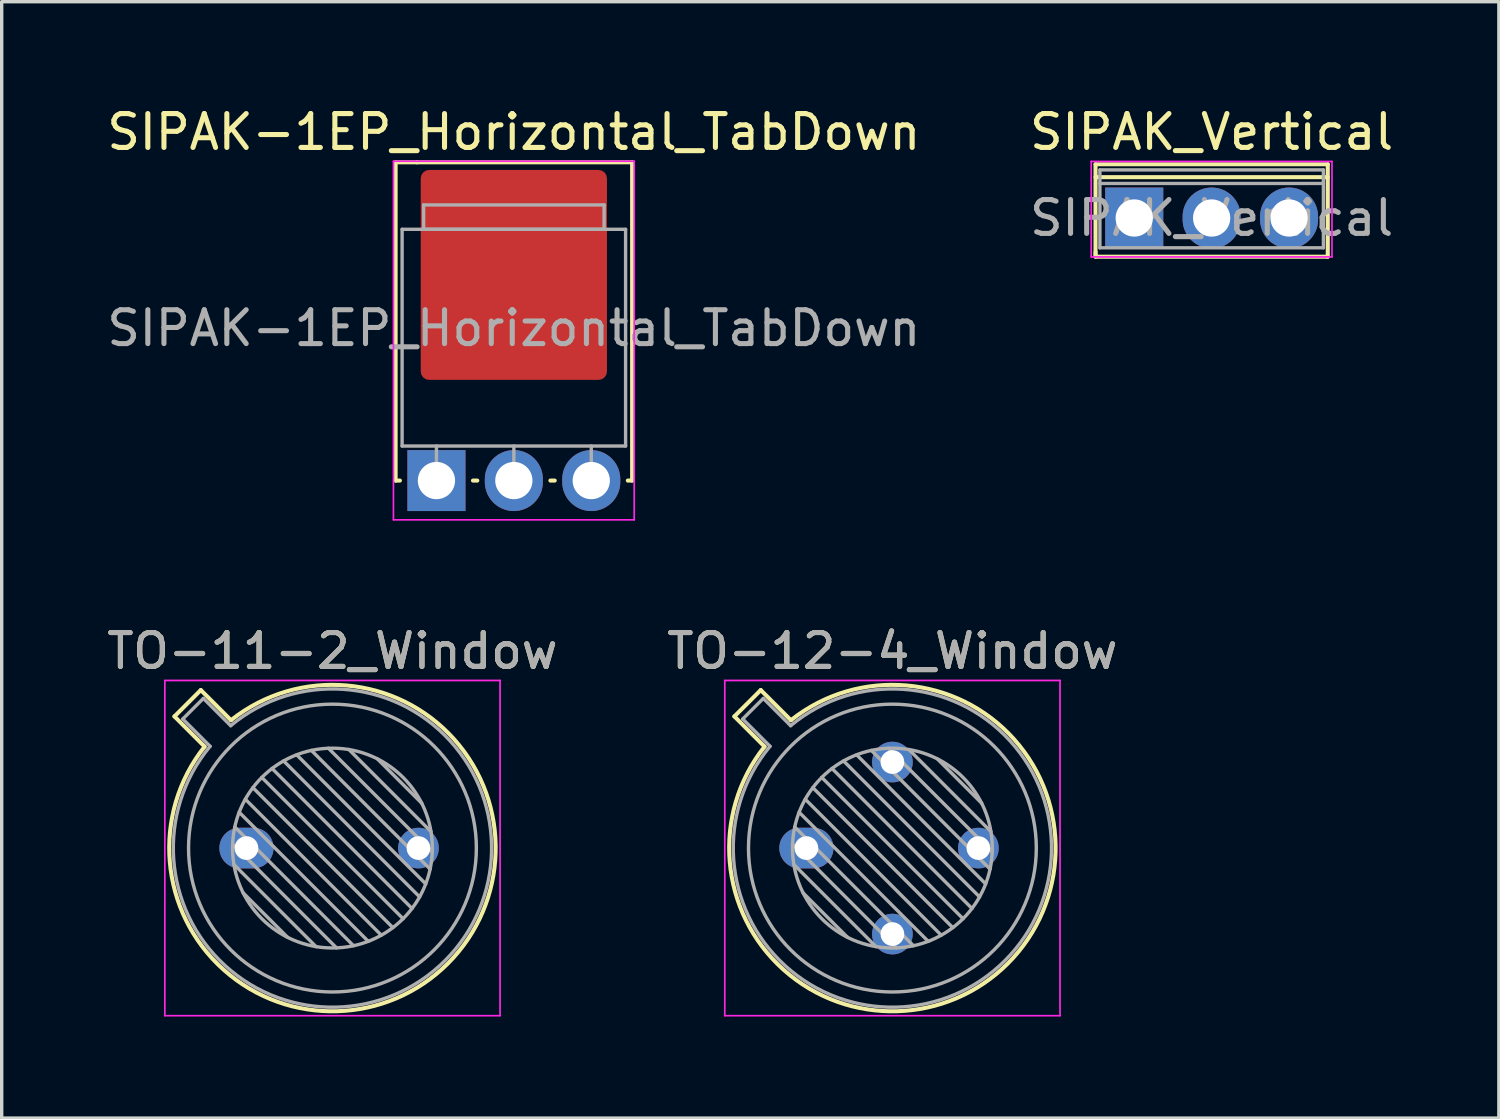
<source format=kicad_pcb>
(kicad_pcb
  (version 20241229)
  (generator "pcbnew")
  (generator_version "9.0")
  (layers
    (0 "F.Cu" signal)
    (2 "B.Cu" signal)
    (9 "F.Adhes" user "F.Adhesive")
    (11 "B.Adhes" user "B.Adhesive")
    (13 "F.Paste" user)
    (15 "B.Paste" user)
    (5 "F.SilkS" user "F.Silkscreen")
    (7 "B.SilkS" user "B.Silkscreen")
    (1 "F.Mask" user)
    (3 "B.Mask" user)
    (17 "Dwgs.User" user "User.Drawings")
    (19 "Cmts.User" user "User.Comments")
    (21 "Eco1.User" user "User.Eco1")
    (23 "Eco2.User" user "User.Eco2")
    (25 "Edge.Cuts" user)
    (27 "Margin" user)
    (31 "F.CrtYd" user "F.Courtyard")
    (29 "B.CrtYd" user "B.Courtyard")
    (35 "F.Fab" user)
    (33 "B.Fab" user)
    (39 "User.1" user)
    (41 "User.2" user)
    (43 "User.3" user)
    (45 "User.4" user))
  (footprint "SIPAK-1EP_Horizontal_TabDown"
    (layer "F.Cu")
    (at 9.839 11.142)
    (property "Reference" "SIPAK-1EP_Horizontal_TabDown" (at 2.286 -10.293 0) (layer "F.SilkS") (effects (font (size 1 1) (thickness 0.15))))
    (attr through_hole)
    (fp_line (start -1.206 -9.398) (end -1.206 0) (stroke (width 0.12) (type solid)) (layer "F.SilkS"))
    (fp_line (start -1.206 0) (end -1.079 0) (stroke (width 0.12) (type solid)) (layer "F.SilkS"))
    (fp_line (start -0.572 -9.398) (end -1.206 -9.398) (stroke (width 0.12) (type solid)) (layer "F.SilkS"))
    (fp_line (start 1.079 0) (end 1.206 0) (stroke (width 0.12) (type solid)) (layer "F.SilkS"))
    (fp_line (start 3.365 0) (end 3.493 0) (stroke (width 0.12) (type solid)) (layer "F.SilkS"))
    (fp_line (start 5.652 0) (end 5.779 0) (stroke (width 0.12) (type solid)) (layer "F.SilkS"))
    (fp_line (start 5.779 -9.398) (end -0.572 -9.398) (stroke (width 0.12) (type solid)) (layer "F.SilkS"))
    (fp_line (start 5.779 0) (end 5.779 -9.398) (stroke (width 0.12) (type solid)) (layer "F.SilkS"))
    (fp_line (start -1.27 -9.43) (end -1.27 1.16) (stroke (width 0.05) (type solid)) (layer "F.CrtYd"))
    (fp_line (start -1.27 1.16) (end 5.84 1.16) (stroke (width 0.05) (type solid)) (layer "F.CrtYd"))
    (fp_line (start 5.84 -9.43) (end -1.27 -9.43) (stroke (width 0.05) (type solid)) (layer "F.CrtYd"))
    (fp_line (start 5.84 1.16) (end 5.84 -9.43) (stroke (width 0.05) (type solid)) (layer "F.CrtYd"))
    (fp_line (start -1.014 -7.42) (end 5.586 -7.42) (stroke (width 0.1) (type solid)) (layer "F.Fab"))
    (fp_line (start -1.014 -1.02) (end -1.014 -7.42) (stroke (width 0.1) (type solid)) (layer "F.Fab"))
    (fp_line (start -0.379 -8.14) (end 4.951 -8.14) (stroke (width 0.1) (type solid)) (layer "F.Fab"))
    (fp_line (start -0.379 -7.42) (end -0.379 -8.14) (stroke (width 0.1) (type solid)) (layer "F.Fab"))
    (fp_line (start 0 -1.02) (end 0 0) (stroke (width 0.1) (type solid)) (layer "F.Fab"))
    (fp_line (start 2.286 -1.02) (end 2.286 0) (stroke (width 0.1) (type solid)) (layer "F.Fab"))
    (fp_line (start 4.572 -1.02) (end 4.572 0) (stroke (width 0.1) (type solid)) (layer "F.Fab"))
    (fp_line (start 4.951 -8.14) (end 4.951 -7.42) (stroke (width 0.1) (type solid)) (layer "F.Fab"))
    (fp_line (start 4.951 -7.42) (end -0.379 -7.42) (stroke (width 0.1) (type solid)) (layer "F.Fab"))
    (fp_line (start 5.586 -7.42) (end 5.586 -1.02) (stroke (width 0.1) (type solid)) (layer "F.Fab"))
    (fp_line (start 5.586 -1.02) (end -1.014 -1.02) (stroke (width 0.1) (type solid)) (layer "F.Fab"))
    (fp_text user "${REFERENCE}" (at 2.286 -4.5 0) (layer "F.Fab") (effects (font (size 1 1) (thickness 0.15))))
    (pad "" smd roundrect (at 0.5 -8.1) (size 1.5 1.7) (layers "F.Paste") (roundrect_rratio 0.25))
    (pad "" smd roundrect (at 0.5 -6.1) (size 1.5 1.7) (layers "F.Paste") (roundrect_rratio 0.25))
    (pad "" smd roundrect (at 0.5 -4.1) (size 1.5 1.7) (layers "F.Paste") (roundrect_rratio 0.25))
    (pad "" smd roundrect (at 2.3 -8.1) (size 1.5 1.7) (layers "F.Paste") (roundrect_rratio 0.25))
    (pad "" smd roundrect (at 2.3 -6.1) (size 1.5 1.7) (layers "F.Paste") (roundrect_rratio 0.25))
    (pad "" smd roundrect (at 2.3 -4.1) (size 1.5 1.7) (layers "F.Paste") (roundrect_rratio 0.25))
    (pad "" smd roundrect (at 4.1 -8.1) (size 1.5 1.7) (layers "F.Paste") (roundrect_rratio 0.25))
    (pad "" smd roundrect (at 4.1 -6.1) (size 1.5 1.7) (layers "F.Paste") (roundrect_rratio 0.25))
    (pad "" smd roundrect (at 4.1 -4.1) (size 1.5 1.7) (layers "F.Paste") (roundrect_rratio 0.25))
    (pad "1" thru_hole rect (at 0 0) (size 1.714 1.8) (drill 1.1) (layers "*.Cu" "*.Mask"))
    (pad "2" thru_hole oval (at 2.286 0) (size 1.714 1.8) (drill 1.1) (layers "*.Cu" "*.Mask"))
    (pad "3" thru_hole oval (at 4.572 0) (size 1.714 1.8) (drill 1.1) (layers "*.Cu" "*.Mask"))
    (pad "4" smd roundrect (at 2.286 -6.073) (size 5.5 6.2) (layers "F.Cu" "F.Mask") (roundrect_rratio 0.045)))
  (footprint "TO-12-4_Window"
    (layer "F.Cu")
    (at 20.764 21.995)
    (property "Reference" "TO-12-4_Window" (at 2.54 -5.82 0) (layer "F.SilkS") (effects (font (size 1 1) (thickness 0.15))))
    (attr through_hole)
    (fp_line (start -2.126 -3.888) (end -1.235 -2.997) (stroke (width 0.12) (type solid)) (layer "F.SilkS"))
    (fp_line (start -1.348 -4.666) (end -2.126 -3.888) (stroke (width 0.12) (type solid)) (layer "F.SilkS"))
    (fp_line (start -0.457 -3.775) (end -1.348 -4.666) (stroke (width 0.12) (type solid)) (layer "F.SilkS"))
    (fp_arc (start -0.457084 -3.774902) (mid 5.948125 3.408384) (end -1.234674 -2.997371) (stroke (width 0.12) (type solid)) (layer "F.SilkS"))
    (fp_line (start -2.41 -4.95) (end -2.41 4.95) (stroke (width 0.05) (type solid)) (layer "F.CrtYd"))
    (fp_line (start -2.41 4.95) (end 7.49 4.95) (stroke (width 0.05) (type solid)) (layer "F.CrtYd"))
    (fp_line (start 7.49 -4.95) (end -2.41 -4.95) (stroke (width 0.05) (type solid)) (layer "F.CrtYd"))
    (fp_line (start 7.49 4.95) (end 7.49 -4.95) (stroke (width 0.05) (type solid)) (layer "F.CrtYd"))
    (fp_line (start -1.88 -3.812) (end -1.074 -3.005) (stroke (width 0.1) (type solid)) (layer "F.Fab"))
    (fp_line (start -1.272 -4.42) (end -1.88 -3.812) (stroke (width 0.1) (type solid)) (layer "F.Fab"))
    (fp_line (start -0.465 -3.614) (end -1.272 -4.42) (stroke (width 0.1) (type solid)) (layer "F.Fab"))
    (fp_line (start -0.408 -0.12) (end 2.66 2.948) (stroke (width 0.1) (type solid)) (layer "F.Fab"))
    (fp_line (start -0.371 0.485) (end 2.055 2.911) (stroke (width 0.1) (type solid)) (layer "F.Fab"))
    (fp_line (start -0.344 -0.622) (end 3.162 2.884) (stroke (width 0.1) (type solid)) (layer "F.Fab"))
    (fp_line (start -0.215 -1.058) (end 3.598 2.755) (stroke (width 0.1) (type solid)) (layer "F.Fab"))
    (fp_line (start -0.097 1.324) (end 1.216 2.637) (stroke (width 0.1) (type solid)) (layer "F.Fab"))
    (fp_line (start -0.034 -1.443) (end 3.983 2.574) (stroke (width 0.1) (type solid)) (layer "F.Fab"))
    (fp_line (start 0.19 -1.784) (end 4.324 2.35) (stroke (width 0.1) (type solid)) (layer "F.Fab"))
    (fp_line (start 0.454 -2.086) (end 4.626 2.086) (stroke (width 0.1) (type solid)) (layer "F.Fab"))
    (fp_line (start 0.756 -2.35) (end 4.89 1.784) (stroke (width 0.1) (type solid)) (layer "F.Fab"))
    (fp_line (start 1.097 -2.574) (end 5.114 1.443) (stroke (width 0.1) (type solid)) (layer "F.Fab"))
    (fp_line (start 1.482 -2.755) (end 5.295 1.058) (stroke (width 0.1) (type solid)) (layer "F.Fab"))
    (fp_line (start 1.918 -2.884) (end 5.424 0.622) (stroke (width 0.1) (type solid)) (layer "F.Fab"))
    (fp_line (start 2.42 -2.948) (end 5.488 0.12) (stroke (width 0.1) (type solid)) (layer "F.Fab"))
    (fp_line (start 3.025 -2.911) (end 5.451 -0.485) (stroke (width 0.1) (type solid)) (layer "F.Fab"))
    (fp_line (start 3.864 -2.637) (end 5.177 -1.324) (stroke (width 0.1) (type solid)) (layer "F.Fab"))
    (fp_arc (start -0.465408 -3.61352) (mid 5.863443 3.323361) (end -1.073594 -3.005319) (stroke (width 0.1) (type solid)) (layer "F.Fab"))
    (fp_circle (center 2.54 0) (end 5.49 0) (stroke (width 0.1) (type solid)) (fill no) (layer "F.Fab"))
    (fp_circle (center 2.54 0) (end 6.79 0) (stroke (width 0.1) (type solid)) (fill no) (layer "F.Fab"))
    (fp_text user "${REFERENCE}" (at 2.54 -5.82 0) (layer "F.Fab") (effects (font (size 1 1) (thickness 0.15))))
    (pad "1" thru_hole oval (at 0 0) (size 1.6 1.2) (drill 0.7) (layers "*.Cu" "*.Mask"))
    (pad "2" thru_hole oval (at 2.54 2.54) (size 1.2 1.2) (drill 0.7) (layers "*.Cu" "*.Mask"))
    (pad "3" thru_hole oval (at 5.08 0) (size 1.2 1.2) (drill 0.7) (layers "*.Cu" "*.Mask"))
    (pad "4" thru_hole oval (at 2.54 -2.54) (size 1.2 1.2) (drill 0.7) (layers "*.Cu" "*.Mask")))
  (footprint "SIPAK_Vertical"
    (layer "F.Cu")
    (at 30.446 3.388)
    (property "Reference" "SIPAK_Vertical" (at 2.286 -2.54 0) (layer "F.SilkS") (effects (font (size 1 1) (thickness 0.15))))
    (attr through_hole)
    (fp_line (start -1.143 -1.587) (end -1.143 1.016) (stroke (width 0.12) (type solid)) (layer "F.SilkS"))
    (fp_line (start -1.143 1.016) (end -1.143 1.079) (stroke (width 0.12) (type solid)) (layer "F.SilkS"))
    (fp_line (start -1.143 1.079) (end -1.143 1.143) (stroke (width 0.12) (type solid)) (layer "F.SilkS"))
    (fp_line (start -1.143 1.143) (end 5.715 1.143) (stroke (width 0.12) (type solid)) (layer "F.SilkS"))
    (fp_line (start 5.715 -1.587) (end -1.143 -1.587) (stroke (width 0.12) (type solid)) (layer "F.SilkS"))
    (fp_line (start 5.715 -1.587) (end 5.715 1.143) (stroke (width 0.12) (type solid)) (layer "F.SilkS"))
    (fp_line (start 5.715 -1.206) (end -1.143 -1.206) (stroke (width 0.12) (type solid)) (layer "F.SilkS"))
    (fp_line (start -1.27 -1.67) (end -1.27 1.15) (stroke (width 0.05) (type solid)) (layer "F.CrtYd"))
    (fp_line (start -1.27 1.15) (end 5.84 1.15) (stroke (width 0.05) (type solid)) (layer "F.CrtYd"))
    (fp_line (start 5.84 -1.67) (end -1.27 -1.67) (stroke (width 0.05) (type solid)) (layer "F.CrtYd"))
    (fp_line (start 5.84 1.15) (end 5.84 -1.67) (stroke (width 0.05) (type solid)) (layer "F.CrtYd"))
    (fp_line (start -1.014 -1.42) (end -1.014 0.88) (stroke (width 0.1) (type solid)) (layer "F.Fab"))
    (fp_line (start -1.014 -1.02) (end 5.586 -1.02) (stroke (width 0.1) (type solid)) (layer "F.Fab"))
    (fp_line (start -1.014 0.88) (end 5.586 0.88) (stroke (width 0.1) (type solid)) (layer "F.Fab"))
    (fp_line (start 5.586 -1.42) (end -1.014 -1.42) (stroke (width 0.1) (type solid)) (layer "F.Fab"))
    (fp_line (start 5.586 0.88) (end 5.586 -1.42) (stroke (width 0.1) (type solid)) (layer "F.Fab"))
    (fp_text user "${REFERENCE}" (at 2.286 0 0) (layer "F.Fab") (effects (font (size 1 1) (thickness 0.15))))
    (pad "1" thru_hole rect (at 0 0) (size 1.714 1.8) (drill 1.1) (layers "*.Cu" "*.Mask"))
    (pad "2" thru_hole oval (at 2.286 0) (size 1.714 1.8) (drill 1.1) (layers "*.Cu" "*.Mask"))
    (pad "3" thru_hole oval (at 4.572 0) (size 1.714 1.8) (drill 1.1) (layers "*.Cu" "*.Mask")))
  (footprint "TO-11-2_Window"
    (layer "F.Cu")
    (at 4.228 21.995)
    (property "Reference" "TO-11-2_Window" (at 2.54 -5.82 0) (layer "F.SilkS") (effects (font (size 1 1) (thickness 0.15))))
    (attr through_hole)
    (fp_line (start -2.126 -3.888) (end -1.235 -2.997) (stroke (width 0.12) (type solid)) (layer "F.SilkS"))
    (fp_line (start -1.348 -4.666) (end -2.126 -3.888) (stroke (width 0.12) (type solid)) (layer "F.SilkS"))
    (fp_line (start -0.457 -3.775) (end -1.348 -4.666) (stroke (width 0.12) (type solid)) (layer "F.SilkS"))
    (fp_arc (start -0.457084 -3.774902) (mid 5.948125 3.408384) (end -1.234674 -2.997371) (stroke (width 0.12) (type solid)) (layer "F.SilkS"))
    (fp_line (start -2.41 -4.95) (end -2.41 4.95) (stroke (width 0.05) (type solid)) (layer "F.CrtYd"))
    (fp_line (start -2.41 4.95) (end 7.49 4.95) (stroke (width 0.05) (type solid)) (layer "F.CrtYd"))
    (fp_line (start 7.49 -4.95) (end -2.41 -4.95) (stroke (width 0.05) (type solid)) (layer "F.CrtYd"))
    (fp_line (start 7.49 4.95) (end 7.49 -4.95) (stroke (width 0.05) (type solid)) (layer "F.CrtYd"))
    (fp_line (start -1.88 -3.812) (end -1.074 -3.005) (stroke (width 0.1) (type solid)) (layer "F.Fab"))
    (fp_line (start -1.272 -4.42) (end -1.88 -3.812) (stroke (width 0.1) (type solid)) (layer "F.Fab"))
    (fp_line (start -0.465 -3.614) (end -1.272 -4.42) (stroke (width 0.1) (type solid)) (layer "F.Fab"))
    (fp_line (start -0.408 -0.12) (end 2.66 2.948) (stroke (width 0.1) (type solid)) (layer "F.Fab"))
    (fp_line (start -0.371 0.485) (end 2.055 2.911) (stroke (width 0.1) (type solid)) (layer "F.Fab"))
    (fp_line (start -0.344 -0.622) (end 3.162 2.884) (stroke (width 0.1) (type solid)) (layer "F.Fab"))
    (fp_line (start -0.215 -1.058) (end 3.598 2.755) (stroke (width 0.1) (type solid)) (layer "F.Fab"))
    (fp_line (start -0.097 1.324) (end 1.216 2.637) (stroke (width 0.1) (type solid)) (layer "F.Fab"))
    (fp_line (start -0.034 -1.443) (end 3.983 2.574) (stroke (width 0.1) (type solid)) (layer "F.Fab"))
    (fp_line (start 0.19 -1.784) (end 4.324 2.35) (stroke (width 0.1) (type solid)) (layer "F.Fab"))
    (fp_line (start 0.454 -2.086) (end 4.626 2.086) (stroke (width 0.1) (type solid)) (layer "F.Fab"))
    (fp_line (start 0.756 -2.35) (end 4.89 1.784) (stroke (width 0.1) (type solid)) (layer "F.Fab"))
    (fp_line (start 1.097 -2.574) (end 5.114 1.443) (stroke (width 0.1) (type solid)) (layer "F.Fab"))
    (fp_line (start 1.482 -2.755) (end 5.295 1.058) (stroke (width 0.1) (type solid)) (layer "F.Fab"))
    (fp_line (start 1.918 -2.884) (end 5.424 0.622) (stroke (width 0.1) (type solid)) (layer "F.Fab"))
    (fp_line (start 2.42 -2.948) (end 5.488 0.12) (stroke (width 0.1) (type solid)) (layer "F.Fab"))
    (fp_line (start 3.025 -2.911) (end 5.451 -0.485) (stroke (width 0.1) (type solid)) (layer "F.Fab"))
    (fp_line (start 3.864 -2.637) (end 5.177 -1.324) (stroke (width 0.1) (type solid)) (layer "F.Fab"))
    (fp_arc (start -0.465408 -3.61352) (mid 5.863443 3.323361) (end -1.073594 -3.005319) (stroke (width 0.1) (type solid)) (layer "F.Fab"))
    (fp_circle (center 2.54 0) (end 5.49 0) (stroke (width 0.1) (type solid)) (fill no) (layer "F.Fab"))
    (fp_circle (center 2.54 0) (end 6.79 0) (stroke (width 0.1) (type solid)) (fill no) (layer "F.Fab"))
    (fp_text user "${REFERENCE}" (at 2.54 -5.82 0) (layer "F.Fab") (effects (font (size 1 1) (thickness 0.15))))
    (pad "1" thru_hole oval (at 0 0) (size 1.6 1.2) (drill 0.7) (layers "*.Cu" "*.Mask"))
    (pad "2" thru_hole oval (at 5.08 0) (size 1.2 1.2) (drill 0.7) (layers "*.Cu" "*.Mask")))
  (gr_rect
    (start -3 -3)
    (end 41.214 29.97)
    (stroke (width 0.1) (type default))
    (fill no)
    (layer "Edge.Cuts")))
</source>
